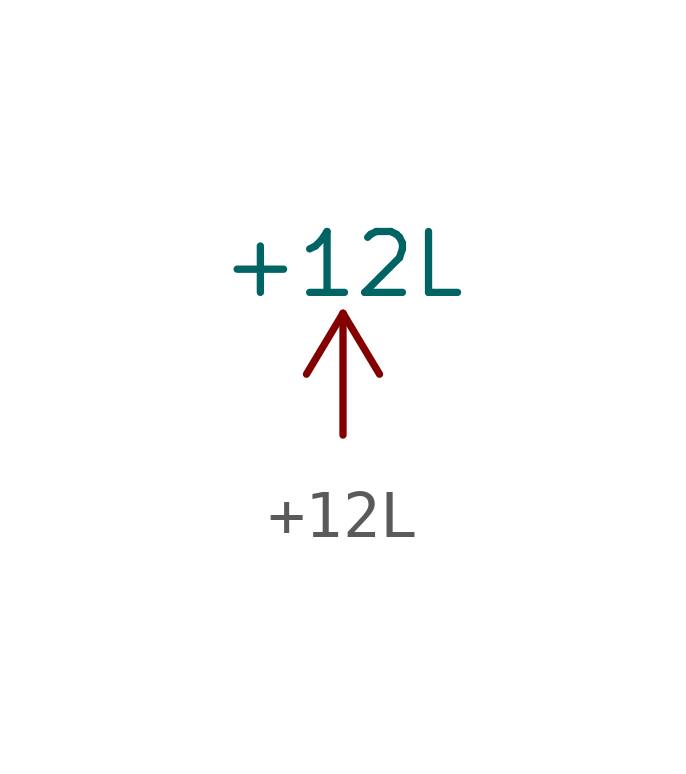
<source format=kicad_sym>
(kicad_symbol_lib
  (version 20211014)
  (generator kicad_symbol_editor)
  (symbol "+12L"
    (power)
    (pin_names
      (offset 0))
    (property "Reference" "#PWR"
      (at 0 -3.81 0)
      (effects (font (size 1.27 1.27)) hide))
    (property "Value" "+12L"
      (at 0 3.556 0)
      (effects (font (size 1.27 1.27))))
    (symbol "+12L_0_1"
      (polyline (pts (xy -0.762 1.27) (xy 0 2.54)) (stroke (width 0) (type default) (color 0 0 0 0)) (fill (type none)))
      (polyline (pts (xy 0 0) (xy 0 2.54)) (stroke (width 0) (type default) (color 0 0 0 0)) (fill (type none)))
      (polyline (pts (xy 0 2.54) (xy 0.762 1.27)) (stroke (width 0) (type default) (color 0 0 0 0)) (fill (type none))))
    (symbol "+12L_1_1"
      (pin power_in line (at 0 0 90) (length 0) hide (name "+12L" (effects (font (size 1.27 1.27)))) (number "1" (effects (font (size 1.27 1.27))))))))
</source>
